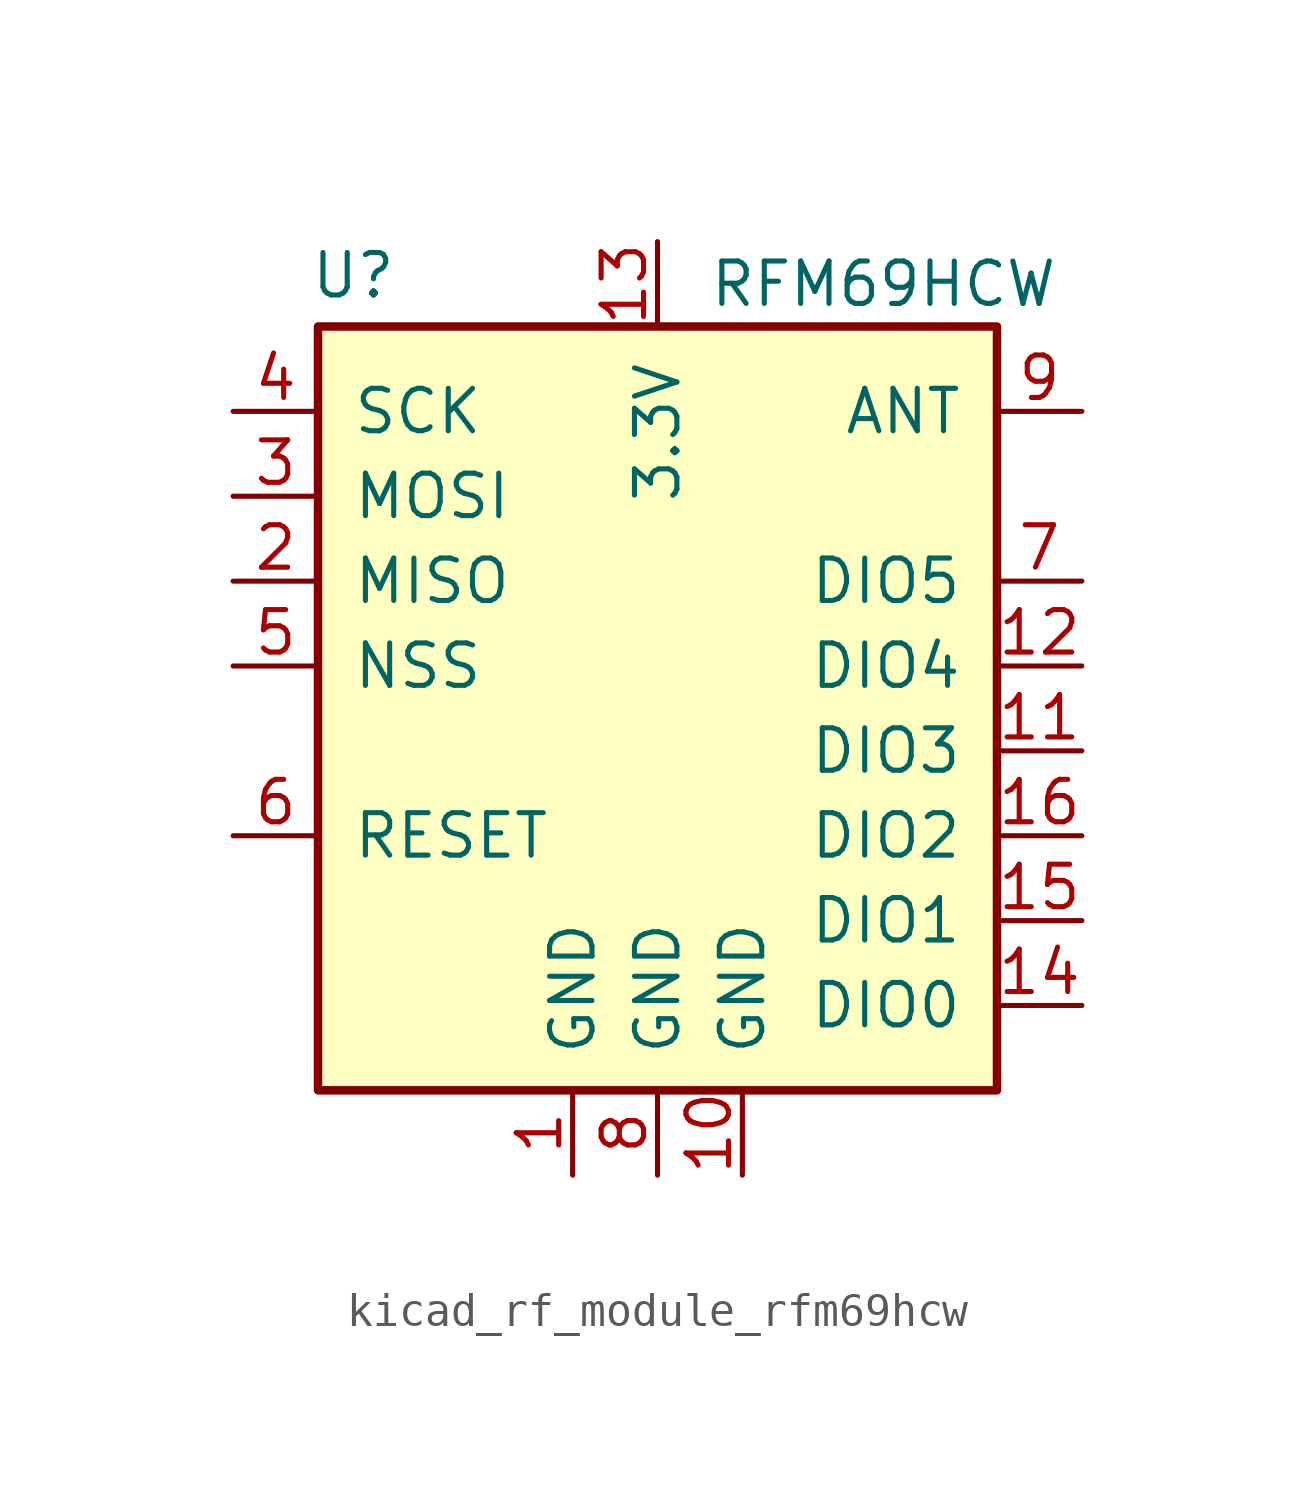
<source format=kicad_sym>
(kicad_symbol_lib
  (version 20220914)
  (generator kicad_symbol_editor)
  (symbol "kicad_rf_module_rfm69hcw"
    (pin_names
      (offset 1.016))
    (property "Reference" "U"
      (at -10.414 11.684 0)
      (effects (font (size 1.27 1.27)) (justify left)))
    (property "Value" "RFM69HCW"
      (at 1.524 11.43 0)
      (effects (font (size 1.27 1.27)) (justify left)))
    (symbol "kicad_rf_module_rfm69hcw_0_1"
      (rectangle (start -10.16 10.16) (end 10.16 -12.7) (stroke (width 0.254) (type default)) (fill (type background))))
    (symbol "kicad_rf_module_rfm69hcw_1_1"
      (pin power_in line (at -2.54 -15.24 90) (length 2.54) (name "GND" (effects (font (size 1.27 1.27)))) (number "1" (effects (font (size 1.27 1.27)))))
      (pin power_in line (at 2.54 -15.24 90) (length 2.54) (name "GND" (effects (font (size 1.27 1.27)))) (number "10" (effects (font (size 1.27 1.27)))))
      (pin bidirectional line (at 12.7 -2.54 180) (length 2.54) (name "DIO3" (effects (font (size 1.27 1.27)))) (number "11" (effects (font (size 1.27 1.27)))))
      (pin bidirectional line (at 12.7 0 180) (length 2.54) (name "DIO4" (effects (font (size 1.27 1.27)))) (number "12" (effects (font (size 1.27 1.27)))))
      (pin power_in line (at 0 12.7 270) (length 2.54) (name "3.3V" (effects (font (size 1.27 1.27)))) (number "13" (effects (font (size 1.27 1.27)))))
      (pin bidirectional line (at 12.7 -10.16 180) (length 2.54) (name "DIO0" (effects (font (size 1.27 1.27)))) (number "14" (effects (font (size 1.27 1.27)))))
      (pin bidirectional line (at 12.7 -7.62 180) (length 2.54) (name "DIO1" (effects (font (size 1.27 1.27)))) (number "15" (effects (font (size 1.27 1.27)))))
      (pin bidirectional line (at 12.7 -5.08 180) (length 2.54) (name "DIO2" (effects (font (size 1.27 1.27)))) (number "16" (effects (font (size 1.27 1.27)))))
      (pin output line (at -12.7 2.54 0) (length 2.54) (name "MISO" (effects (font (size 1.27 1.27)))) (number "2" (effects (font (size 1.27 1.27)))))
      (pin input line (at -12.7 5.08 0) (length 2.54) (name "MOSI" (effects (font (size 1.27 1.27)))) (number "3" (effects (font (size 1.27 1.27)))))
      (pin input line (at -12.7 7.62 0) (length 2.54) (name "SCK" (effects (font (size 1.27 1.27)))) (number "4" (effects (font (size 1.27 1.27)))))
      (pin input line (at -12.7 0 0) (length 2.54) (name "NSS" (effects (font (size 1.27 1.27)))) (number "5" (effects (font (size 1.27 1.27)))))
      (pin bidirectional line (at -12.7 -5.08 0) (length 2.54) (name "RESET" (effects (font (size 1.27 1.27)))) (number "6" (effects (font (size 1.27 1.27)))))
      (pin bidirectional line (at 12.7 2.54 180) (length 2.54) (name "DIO5" (effects (font (size 1.27 1.27)))) (number "7" (effects (font (size 1.27 1.27)))))
      (pin power_in line (at 0 -15.24 90) (length 2.54) (name "GND" (effects (font (size 1.27 1.27)))) (number "8" (effects (font (size 1.27 1.27)))))
      (pin bidirectional line (at 12.7 7.62 180) (length 2.54) (name "ANT" (effects (font (size 1.27 1.27)))) (number "9" (effects (font (size 1.27 1.27))))))))
</source>
